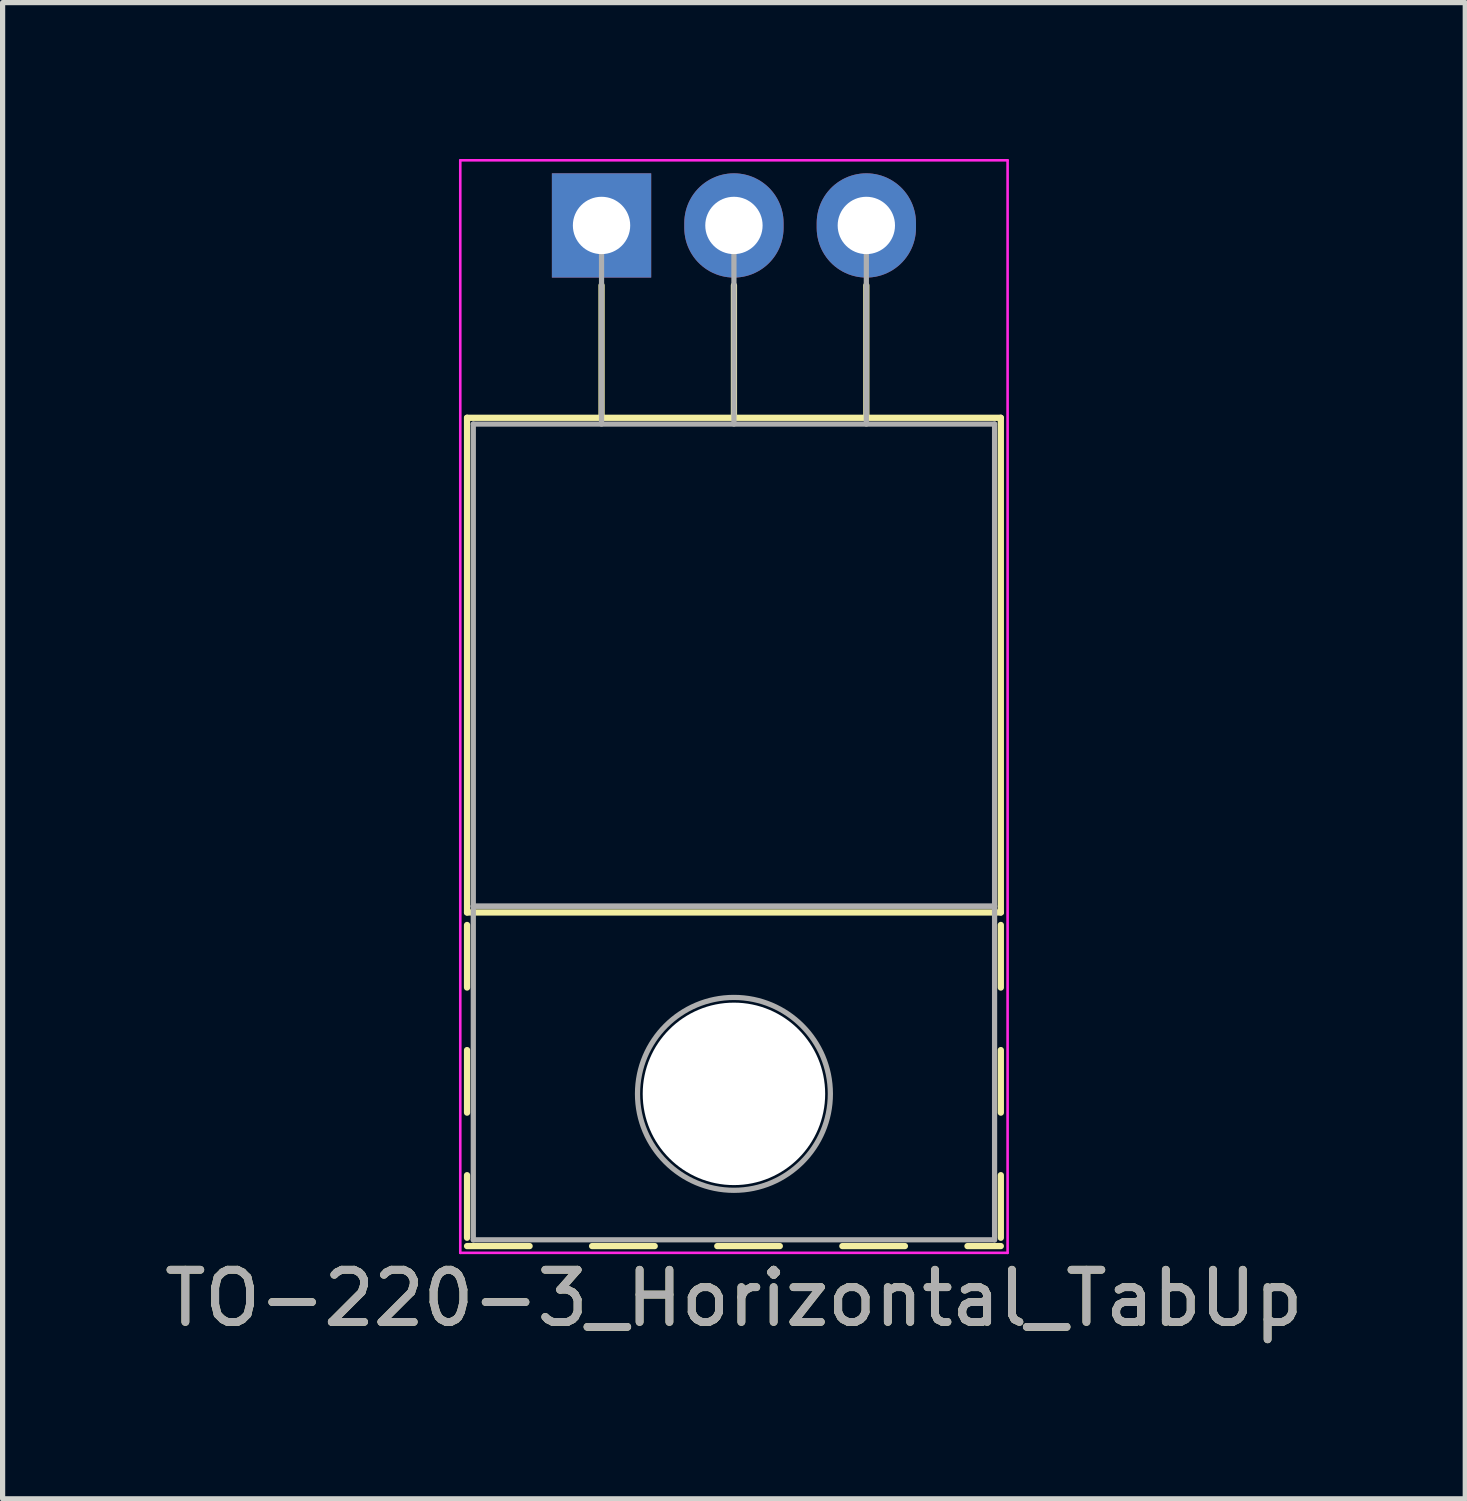
<source format=kicad_pcb>
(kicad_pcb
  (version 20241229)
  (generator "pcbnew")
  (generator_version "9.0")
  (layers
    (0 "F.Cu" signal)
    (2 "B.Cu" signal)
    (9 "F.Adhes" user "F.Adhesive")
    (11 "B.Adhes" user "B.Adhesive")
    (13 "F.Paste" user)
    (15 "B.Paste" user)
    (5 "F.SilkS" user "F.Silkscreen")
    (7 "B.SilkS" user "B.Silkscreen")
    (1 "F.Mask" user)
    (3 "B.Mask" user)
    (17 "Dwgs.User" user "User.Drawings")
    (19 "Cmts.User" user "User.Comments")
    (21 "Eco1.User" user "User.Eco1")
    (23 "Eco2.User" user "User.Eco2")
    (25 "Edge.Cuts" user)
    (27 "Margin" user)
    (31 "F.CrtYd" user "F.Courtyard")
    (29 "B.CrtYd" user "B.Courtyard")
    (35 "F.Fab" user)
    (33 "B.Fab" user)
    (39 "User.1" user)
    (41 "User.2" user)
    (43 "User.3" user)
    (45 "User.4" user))
  (footprint "TO-220-3_Horizontal_TabUp"
    (layer "F.Cu")
    (at 8.49 1.275)
    (property "Reference" "TO-220-3_Horizontal_TabUp" (at 2.54 20.58 0) (layer "F.SilkS") (effects (font (size 1 1) (thickness 0.15))))
    (attr through_hole)
    (fp_line (start -2.58 3.69) (end -2.58 13.18) (stroke (width 0.12) (type solid)) (layer "F.SilkS"))
    (fp_line (start -2.58 3.69) (end 7.66 3.69) (stroke (width 0.12) (type solid)) (layer "F.SilkS"))
    (fp_line (start -2.58 13.18) (end 7.66 13.18) (stroke (width 0.12) (type solid)) (layer "F.SilkS"))
    (fp_line (start -2.58 13.42) (end -2.58 14.62) (stroke (width 0.12) (type solid)) (layer "F.SilkS"))
    (fp_line (start -2.58 15.82) (end -2.58 17.02) (stroke (width 0.12) (type solid)) (layer "F.SilkS"))
    (fp_line (start -2.58 18.22) (end -2.58 19.42) (stroke (width 0.12) (type solid)) (layer "F.SilkS"))
    (fp_line (start -2.58 19.58) (end -1.38 19.58) (stroke (width 0.12) (type solid)) (layer "F.SilkS"))
    (fp_line (start -0.181 19.58) (end 1.02 19.58) (stroke (width 0.12) (type solid)) (layer "F.SilkS"))
    (fp_line (start 0 1.15) (end 0 3.69) (stroke (width 0.12) (type solid)) (layer "F.SilkS"))
    (fp_line (start 2.22 19.58) (end 3.42 19.58) (stroke (width 0.12) (type solid)) (layer "F.SilkS"))
    (fp_line (start 2.54 1.15) (end 2.54 3.69) (stroke (width 0.12) (type solid)) (layer "F.SilkS"))
    (fp_line (start 4.62 19.58) (end 5.82 19.58) (stroke (width 0.12) (type solid)) (layer "F.SilkS"))
    (fp_line (start 5.08 1.15) (end 5.08 3.69) (stroke (width 0.12) (type solid)) (layer "F.SilkS"))
    (fp_line (start 7.02 19.58) (end 7.66 19.58) (stroke (width 0.12) (type solid)) (layer "F.SilkS"))
    (fp_line (start 7.66 3.69) (end 7.66 13.18) (stroke (width 0.12) (type solid)) (layer "F.SilkS"))
    (fp_line (start 7.66 13.42) (end 7.66 14.62) (stroke (width 0.12) (type solid)) (layer "F.SilkS"))
    (fp_line (start 7.66 15.82) (end 7.66 17.02) (stroke (width 0.12) (type solid)) (layer "F.SilkS"))
    (fp_line (start 7.66 18.22) (end 7.66 19.42) (stroke (width 0.12) (type solid)) (layer "F.SilkS"))
    (fp_line (start -2.71 -1.25) (end -2.71 19.71) (stroke (width 0.05) (type solid)) (layer "F.CrtYd"))
    (fp_line (start -2.71 19.71) (end 7.79 19.71) (stroke (width 0.05) (type solid)) (layer "F.CrtYd"))
    (fp_line (start 7.79 -1.25) (end -2.71 -1.25) (stroke (width 0.05) (type solid)) (layer "F.CrtYd"))
    (fp_line (start 7.79 19.71) (end 7.79 -1.25) (stroke (width 0.05) (type solid)) (layer "F.CrtYd"))
    (fp_line (start -2.46 3.81) (end -2.46 13.06) (stroke (width 0.1) (type solid)) (layer "F.Fab"))
    (fp_line (start -2.46 13.06) (end -2.46 19.46) (stroke (width 0.1) (type solid)) (layer "F.Fab"))
    (fp_line (start -2.46 13.06) (end 7.54 13.06) (stroke (width 0.1) (type solid)) (layer "F.Fab"))
    (fp_line (start -2.46 19.46) (end 7.54 19.46) (stroke (width 0.1) (type solid)) (layer "F.Fab"))
    (fp_line (start 0 3.81) (end 0 0) (stroke (width 0.1) (type solid)) (layer "F.Fab"))
    (fp_line (start 2.54 3.81) (end 2.54 0) (stroke (width 0.1) (type solid)) (layer "F.Fab"))
    (fp_line (start 5.08 3.81) (end 5.08 0) (stroke (width 0.1) (type solid)) (layer "F.Fab"))
    (fp_line (start 7.54 3.81) (end -2.46 3.81) (stroke (width 0.1) (type solid)) (layer "F.Fab"))
    (fp_line (start 7.54 13.06) (end -2.46 13.06) (stroke (width 0.1) (type solid)) (layer "F.Fab"))
    (fp_line (start 7.54 13.06) (end 7.54 3.81) (stroke (width 0.1) (type solid)) (layer "F.Fab"))
    (fp_line (start 7.54 19.46) (end 7.54 13.06) (stroke (width 0.1) (type solid)) (layer "F.Fab"))
    (fp_circle (center 2.54 16.66) (end 4.39 16.66) (stroke (width 0.1) (type solid)) (fill no) (layer "F.Fab"))
    (fp_text user "${REFERENCE}" (at 2.54 20.58 0) (layer "F.Fab") (effects (font (size 1 1) (thickness 0.15))))
    (pad "" np_thru_hole oval (at 2.54 16.66) (size 3.5 3.5) (drill 3.5) (layers "*.Cu" "*.Mask"))
    (pad "1" thru_hole rect (at 0 0) (size 1.905 2) (drill 1.1) (layers "*.Cu" "*.Mask"))
    (pad "2" thru_hole oval (at 2.54 0) (size 1.905 2) (drill 1.1) (layers "*.Cu" "*.Mask"))
    (pad "3" thru_hole oval (at 5.08 0) (size 1.905 2) (drill 1.1) (layers "*.Cu" "*.Mask")))
  (gr_rect
    (start -3 -3)
    (end 25.06 25.703)
    (stroke (width 0.1) (type default))
    (fill no)
    (layer "Edge.Cuts")))
</source>
